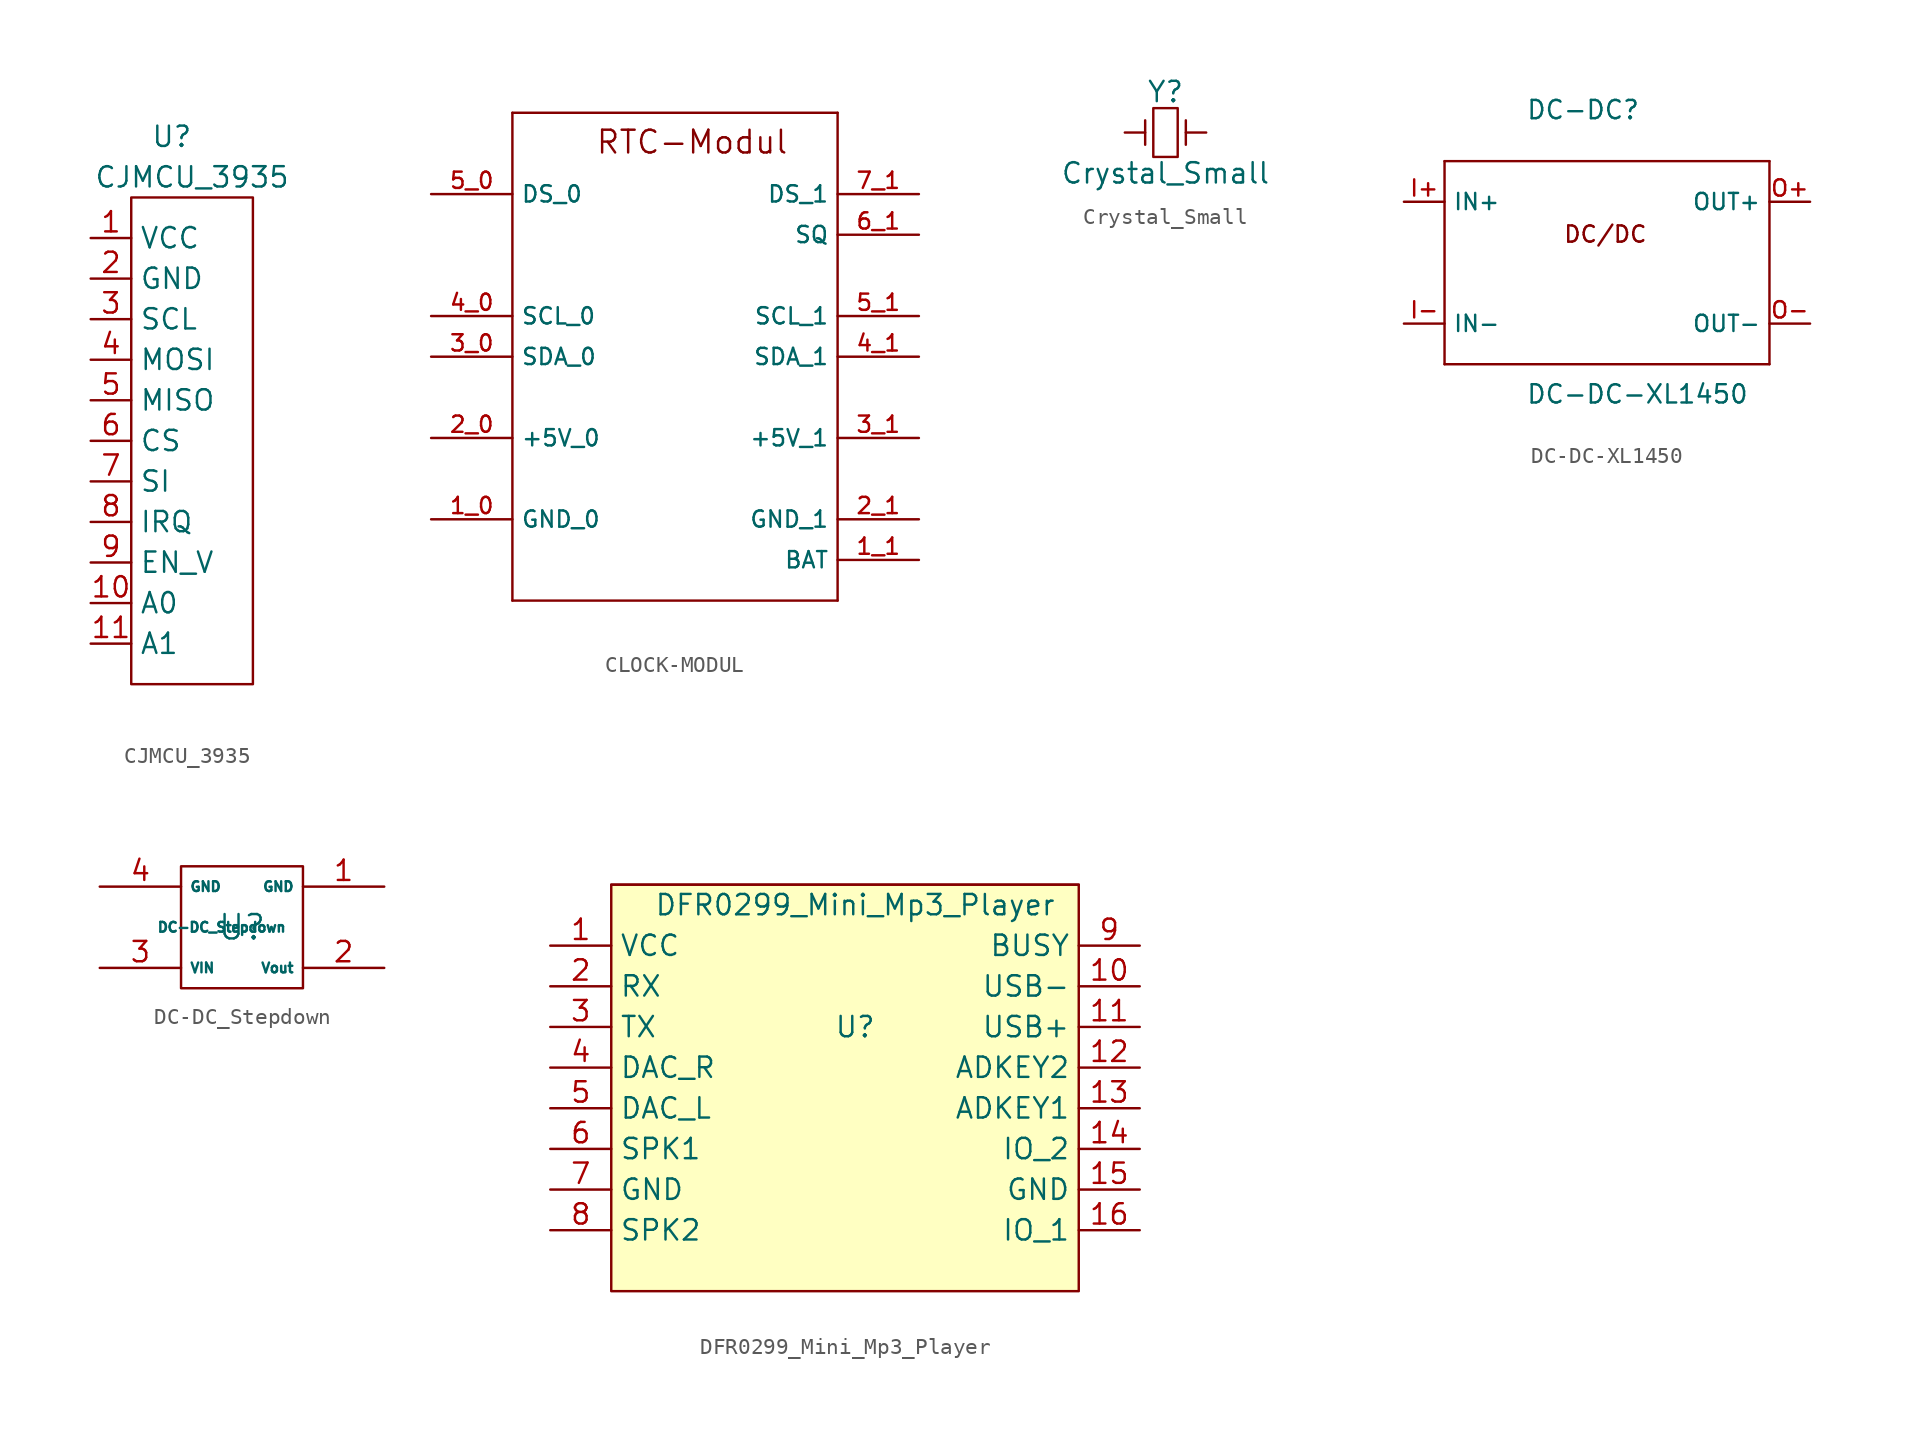
<source format=kicad_sym>
(kicad_symbol_lib
  (version 20201005)
  (generator kicad_symbol_editor)
  (symbol "Zimprich_neu:CJMCU_3935"
    (property "Reference" "U"
      (at -1.27 17.78 0)
      (effects (font (size 1.27 1.27))))
    (property "Value" "CJMCU_3935"
      (at 0 15.24 0)
      (effects (font (size 1.27 1.27))))
    (symbol "CJMCU_3935_0_1"
      (rectangle (start -3.81 13.97) (end 3.81 -16.51) (stroke (width 0)) (fill (type none)))
      (pin input line (at -6.35 11.43 0) (length 2.54) (name "VCC" (effects (font (size 1.27 1.27)))) (number "1" (effects (font (size 1.27 1.27)))))
      (pin input line (at -6.35 -11.43 0) (length 2.54) (name "A0" (effects (font (size 1.27 1.27)))) (number "10" (effects (font (size 1.27 1.27)))))
      (pin input line (at -6.35 -13.97 0) (length 2.54) (name "A1" (effects (font (size 1.27 1.27)))) (number "11" (effects (font (size 1.27 1.27)))))
      (pin input line (at -6.35 8.89 0) (length 2.54) (name "GND" (effects (font (size 1.27 1.27)))) (number "2" (effects (font (size 1.27 1.27)))))
      (pin input line (at -6.35 6.35 0) (length 2.54) (name "SCL" (effects (font (size 1.27 1.27)))) (number "3" (effects (font (size 1.27 1.27)))))
      (pin input line (at -6.35 3.81 0) (length 2.54) (name "MOSI" (effects (font (size 1.27 1.27)))) (number "4" (effects (font (size 1.27 1.27)))))
      (pin input line (at -6.35 1.27 0) (length 2.54) (name "MISO" (effects (font (size 1.27 1.27)))) (number "5" (effects (font (size 1.27 1.27)))))
      (pin input line (at -6.35 -1.27 0) (length 2.54) (name "CS" (effects (font (size 1.27 1.27)))) (number "6" (effects (font (size 1.27 1.27)))))
      (pin input line (at -6.35 -3.81 0) (length 2.54) (name "SI" (effects (font (size 1.27 1.27)))) (number "7" (effects (font (size 1.27 1.27)))))
      (pin input line (at -6.35 -6.35 0) (length 2.54) (name "IRQ" (effects (font (size 1.27 1.27)))) (number "8" (effects (font (size 1.27 1.27)))))
      (pin input line (at -6.35 -8.89 0) (length 2.54) (name "EN_V" (effects (font (size 1.27 1.27)))) (number "9" (effects (font (size 1.27 1.27)))))))
  (symbol "Zimprich_neu:CLOCK-MODUL"
    (property "Reference" "MD"
      (at 0 0 0)
      (effects (font (size 1.143 1.143)) hide))
    (symbol "CLOCK-MODUL_1_0"
      (text "RTC-Modul" (at 1.067 13.411 0) (effects (font (size 1.422 1.422))))
      (polyline (pts (xy -10.16 -15.24) (xy -10.16 15.24)) (stroke (width 0)) (fill (type none)))
      (polyline (pts (xy -10.16 15.24) (xy 10.16 15.24)) (stroke (width 0)) (fill (type none)))
      (polyline (pts (xy 10.16 -15.24) (xy -10.16 -15.24)) (stroke (width 0)) (fill (type none)))
      (polyline (pts (xy 10.16 15.24) (xy 10.16 -15.24)) (stroke (width 0)) (fill (type none))))
    (symbol "CLOCK-MODUL_1_1"
      (pin power_in line (at -15.24 -10.16 0) (length 5.08) (name "GND_0" (effects (font (size 1.016 1.016)))) (number "1_0" (effects (font (size 1.016 1.016)))))
      (pin power_in line (at 15.24 -12.7 180) (length 5.08) (name "BAT" (effects (font (size 1.016 1.016)))) (number "1_1" (effects (font (size 1.016 1.016)))))
      (pin power_in line (at -15.24 -5.08 0) (length 5.08) (name "+5V_0" (effects (font (size 1.016 1.016)))) (number "2_0" (effects (font (size 1.016 1.016)))))
      (pin power_in line (at 15.24 -10.16 180) (length 5.08) (name "GND_1" (effects (font (size 1.016 1.016)))) (number "2_1" (effects (font (size 1.016 1.016)))))
      (pin bidirectional line (at -15.24 0 0) (length 5.08) (name "SDA_0" (effects (font (size 1.016 1.016)))) (number "3_0" (effects (font (size 1.016 1.016)))))
      (pin power_in line (at 15.24 -5.08 180) (length 5.08) (name "+5V_1" (effects (font (size 1.016 1.016)))) (number "3_1" (effects (font (size 1.016 1.016)))))
      (pin bidirectional line (at -15.24 2.54 0) (length 5.08) (name "SCL_0" (effects (font (size 1.016 1.016)))) (number "4_0" (effects (font (size 1.016 1.016)))))
      (pin bidirectional line (at 15.24 0 180) (length 5.08) (name "SDA_1" (effects (font (size 1.016 1.016)))) (number "4_1" (effects (font (size 1.016 1.016)))))
      (pin bidirectional line (at -15.24 10.16 0) (length 5.08) (name "DS_0" (effects (font (size 1.016 1.016)))) (number "5_0" (effects (font (size 1.016 1.016)))))
      (pin bidirectional line (at 15.24 2.54 180) (length 5.08) (name "SCL_1" (effects (font (size 1.016 1.016)))) (number "5_1" (effects (font (size 1.016 1.016)))))
      (pin output line (at 15.24 7.62 180) (length 5.08) (name "SQ" (effects (font (size 1.016 1.016)))) (number "6_1" (effects (font (size 1.016 1.016)))))
      (pin bidirectional line (at 15.24 10.16 180) (length 5.08) (name "DS_1" (effects (font (size 1.016 1.016)))) (number "7_1" (effects (font (size 1.016 1.016)))))))
  (symbol "Zimprich_neu:Crystal_Small"
    (pin_numbers hide)
    (pin_names hide)
    (property "Reference" "Y"
      (at 0 2.54 0)
      (effects (font (size 1.27 1.27))))
    (property "Value" "Crystal_Small"
      (at 0 -2.54 0)
      (effects (font (size 1.27 1.27))))
    (property "Footprint" ""
      (at 0 0 0)
      (effects (font (size 1.524 1.524))))
    (property "Datasheet" ""
      (at 0 0 0)
      (effects (font (size 1.524 1.524))))
    (symbol "Crystal_Small_0_1"
      (rectangle (start -0.762 -1.524) (end 0.762 1.524) (stroke (width 0)) (fill (type none)))
      (polyline (pts (xy -1.27 -0.762) (xy -1.27 0.762)) (stroke (width 0)) (fill (type none)))
      (polyline (pts (xy 1.27 -0.762) (xy 1.27 0.762)) (stroke (width 0)) (fill (type none))))
    (symbol "Crystal_Small_1_1"
      (pin passive line (at -2.54 0 0) (length 1.27) (name "1" (effects (font (size 1.016 1.016)))) (number "1" (effects (font (size 1.016 1.016)))))
      (pin passive line (at 2.54 0 180) (length 1.27) (name "2" (effects (font (size 1.016 1.016)))) (number "2" (effects (font (size 1.016 1.016)))))))
  (symbol "Zimprich_neu:DC-DC-XL1450"
    (property "Reference" "DC-DC"
      (at -5.08 15.24 0)
      (effects (font (size 1.143 1.143)) (justify left bottom)))
    (property "Value" "DC-DC-XL1450"
      (at -5.08 -2.54 0)
      (effects (font (size 1.143 1.143)) (justify left bottom)))
    (property "ki_locked" ""
      (at 0 0 0)
      (effects (font (size 1.27 1.27))))
    (symbol "DC-DC-XL1450_1_0"
      (text "DC/DC" (at -0.102 8.128 0) (effects (font (size 1.016 1.016))))
      (polyline (pts (xy -10.16 0) (xy 10.16 0)) (stroke (width 0)) (fill (type none)))
      (polyline (pts (xy -10.16 12.7) (xy -10.16 0)) (stroke (width 0)) (fill (type none)))
      (polyline (pts (xy 10.16 0) (xy 10.16 12.7)) (stroke (width 0)) (fill (type none)))
      (polyline (pts (xy 10.16 12.7) (xy -10.16 12.7)) (stroke (width 0)) (fill (type none))))
    (symbol "DC-DC-XL1450_1_1"
      (pin power_in line (at -12.7 10.16 0) (length 2.54) (name "IN+" (effects (font (size 1.016 1.016)))) (number "I+" (effects (font (size 1.016 1.016)))))
      (pin power_in line (at -12.7 2.54 0) (length 2.54) (name "IN-" (effects (font (size 1.016 1.016)))) (number "I-" (effects (font (size 1.016 1.016)))))
      (pin power_out line (at 12.7 10.16 180) (length 2.54) (name "OUT+" (effects (font (size 1.016 1.016)))) (number "O+" (effects (font (size 1.016 1.016)))))
      (pin power_out line (at 12.7 2.54 180) (length 2.54) (name "OUT-" (effects (font (size 1.016 1.016)))) (number "O-" (effects (font (size 1.016 1.016)))))))
  (symbol "Zimprich_neu:DC-DC_Stepdown"
    (property "Reference" "U"
      (at 0 0 0)
      (effects (font (size 1.524 1.524))))
    (property "Value" "DC-DC_Stepdown"
      (at -1.27 0 0)
      (effects (font (size 0.61 0.61))))
    (property "Footprint" ""
      (at 0 0 0)
      (effects (font (size 1.524 1.524))))
    (property "Datasheet" ""
      (at 0 0 0)
      (effects (font (size 1.524 1.524))))
    (symbol "DC-DC_Stepdown_0_1"
      (rectangle (start 3.81 -3.81) (end -3.81 3.81) (stroke (width 0)) (fill (type none))))
    (symbol "DC-DC_Stepdown_1_1"
      (pin output line (at 8.89 2.54 180) (length 5.08) (name "GND" (effects (font (size 0.61 0.61)))) (number "1" (effects (font (size 1.27 1.27)))))
      (pin output line (at 8.89 -2.54 180) (length 5.08) (name "Vout" (effects (font (size 0.61 0.61)))) (number "2" (effects (font (size 1.27 1.27)))))
      (pin input line (at -8.89 -2.54 0) (length 5.08) (name "VIN" (effects (font (size 0.61 0.61)))) (number "3" (effects (font (size 1.27 1.27)))))
      (pin input line (at -8.89 2.54 0) (length 5.08) (name "GND" (effects (font (size 0.61 0.61)))) (number "4" (effects (font (size 1.27 1.27)))))))
  (symbol "Zimprich_neu:DFR0299_Mini_Mp3_Player"
    (property "Reference" "U"
      (at 0 0 0)
      (effects (font (size 1.27 1.27))))
    (property "Value" "DFR0299_Mini_Mp3_Player"
      (at 0 7.62 0)
      (effects (font (size 1.27 1.27))))
    (symbol "DFR0299_Mini_Mp3_Player_0_1"
      (rectangle (start -15.24 8.89) (end 13.97 8.89) (stroke (width 0)) (fill (type none)))
      (rectangle (start 13.97 8.89) (end -15.24 -16.51) (stroke (width 0)) (fill (type background))))
    (symbol "DFR0299_Mini_Mp3_Player_1_1"
      (pin input line (at -19.05 5.08 0) (length 3.81) (name "VCC" (effects (font (size 1.27 1.27)))) (number "1" (effects (font (size 1.27 1.27)))))
      (pin input line (at 17.78 2.54 180) (length 3.81) (name "USB-" (effects (font (size 1.27 1.27)))) (number "10" (effects (font (size 1.27 1.27)))))
      (pin input line (at 17.78 0 180) (length 3.81) (name "USB+" (effects (font (size 1.27 1.27)))) (number "11" (effects (font (size 1.27 1.27)))))
      (pin input line (at 17.78 -2.54 180) (length 3.81) (name "ADKEY2" (effects (font (size 1.27 1.27)))) (number "12" (effects (font (size 1.27 1.27)))))
      (pin input line (at 17.78 -5.08 180) (length 3.81) (name "ADKEY1" (effects (font (size 1.27 1.27)))) (number "13" (effects (font (size 1.27 1.27)))))
      (pin input line (at 17.78 -7.62 180) (length 3.81) (name "IO_2" (effects (font (size 1.27 1.27)))) (number "14" (effects (font (size 1.27 1.27)))))
      (pin input line (at 17.78 -10.16 180) (length 3.81) (name "GND" (effects (font (size 1.27 1.27)))) (number "15" (effects (font (size 1.27 1.27)))))
      (pin input line (at 17.78 -12.7 180) (length 3.81) (name "IO_1" (effects (font (size 1.27 1.27)))) (number "16" (effects (font (size 1.27 1.27)))))
      (pin input line (at -19.05 2.54 0) (length 3.81) (name "RX" (effects (font (size 1.27 1.27)))) (number "2" (effects (font (size 1.27 1.27)))))
      (pin input line (at -19.05 0 0) (length 3.81) (name "TX" (effects (font (size 1.27 1.27)))) (number "3" (effects (font (size 1.27 1.27)))))
      (pin input line (at -19.05 -2.54 0) (length 3.81) (name "DAC_R" (effects (font (size 1.27 1.27)))) (number "4" (effects (font (size 1.27 1.27)))))
      (pin input line (at -19.05 -5.08 0) (length 3.81) (name "DAC_L" (effects (font (size 1.27 1.27)))) (number "5" (effects (font (size 1.27 1.27)))))
      (pin input line (at -19.05 -7.62 0) (length 3.81) (name "SPK1" (effects (font (size 1.27 1.27)))) (number "6" (effects (font (size 1.27 1.27)))))
      (pin input line (at -19.05 -10.16 0) (length 3.81) (name "GND" (effects (font (size 1.27 1.27)))) (number "7" (effects (font (size 1.27 1.27)))))
      (pin input line (at -19.05 -12.7 0) (length 3.81) (name "SPK2" (effects (font (size 1.27 1.27)))) (number "8" (effects (font (size 1.27 1.27)))))
      (pin input line (at 17.78 5.08 180) (length 3.81) (name "BUSY" (effects (font (size 1.27 1.27)))) (number "9" (effects (font (size 1.27 1.27))))))))
</source>
